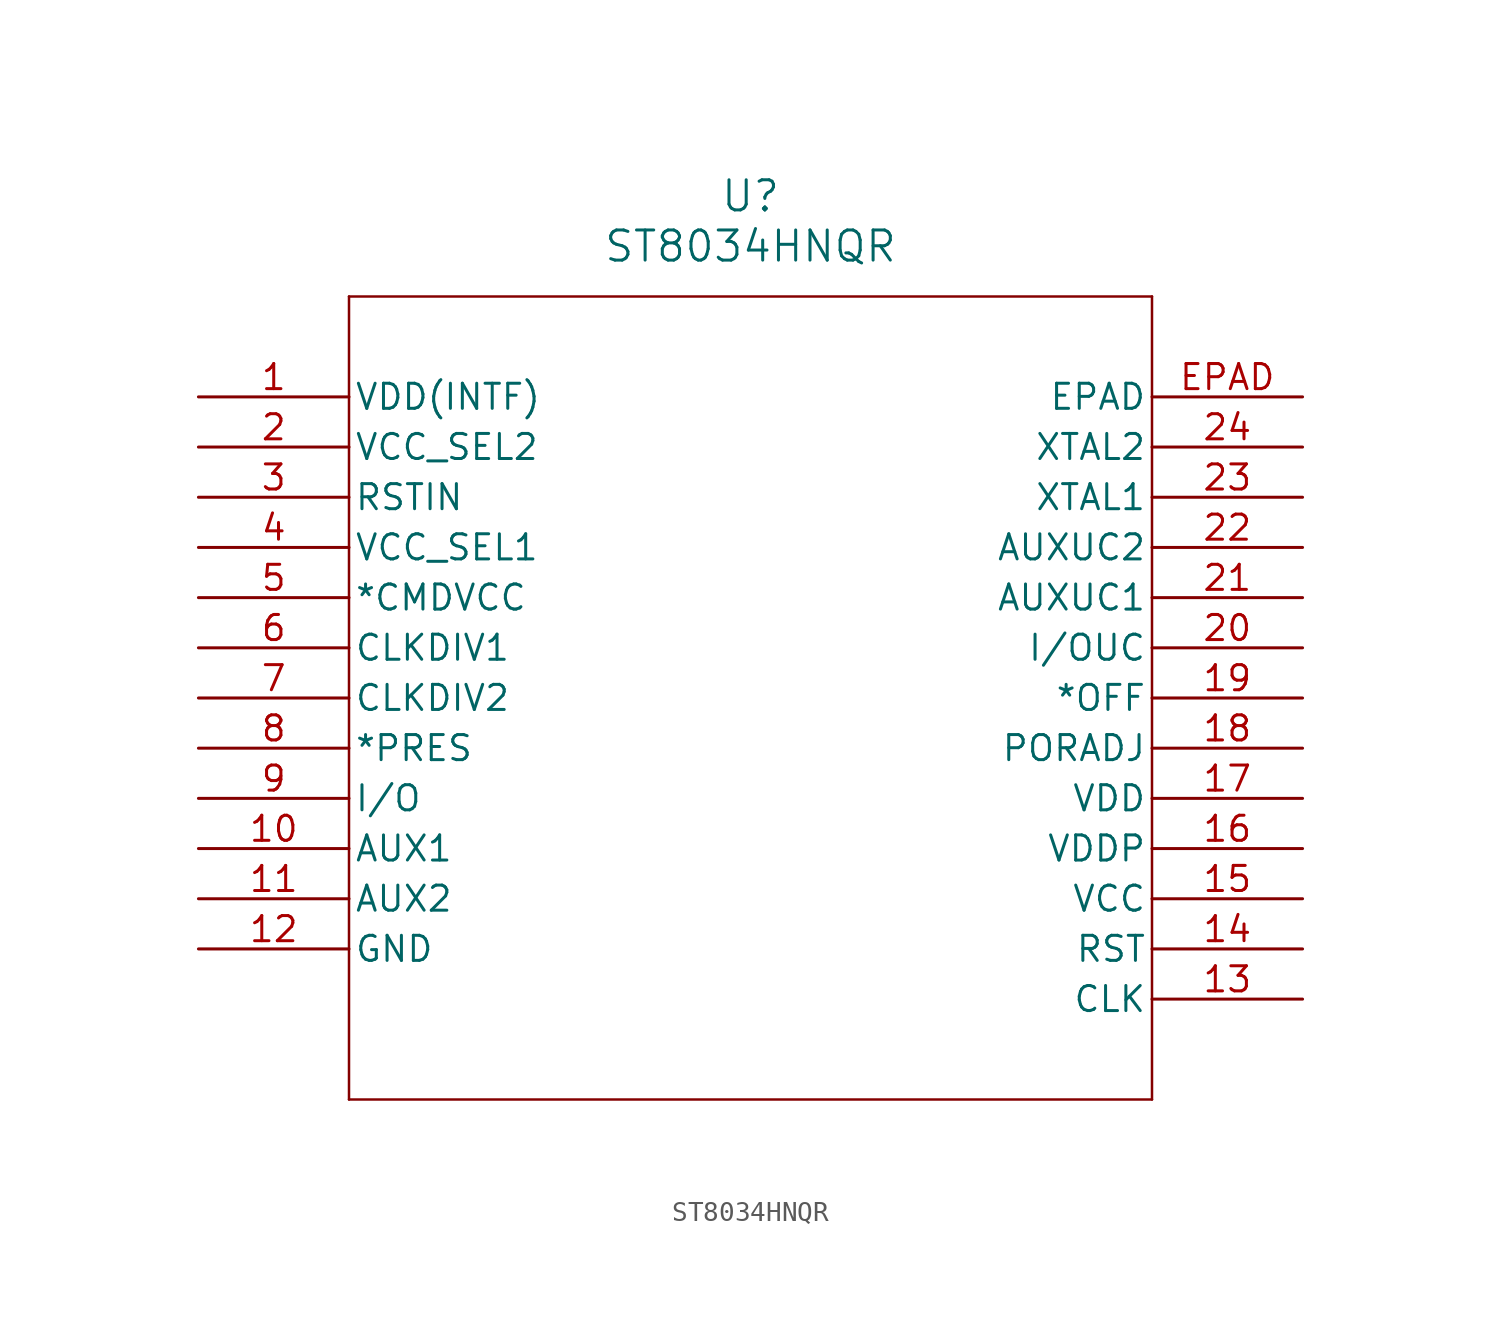
<source format=kicad_sym>
(kicad_symbol_lib
  (version 20211014)
  (generator kicad_symbol_editor)
  (symbol "ST8034HNQR"
    (pin_names
      (offset 0.254))
    (property "Reference" "U"
      (at 27.94 10.16 0)
      (effects (font (size 1.524 1.524))))
    (property "Value" "ST8034HNQR"
      (at 27.94 7.62 0)
      (effects (font (size 1.524 1.524))))
    (symbol "ST8034HNQR_0_1"
      (polyline (pts (xy 7.62 5.08) (xy 7.62 -35.56)) (stroke (width 0.127) (type default) (color 0 0 0 0)) (fill (type none)))
      (polyline (pts (xy 7.62 -35.56) (xy 48.26 -35.56)) (stroke (width 0.127) (type default) (color 0 0 0 0)) (fill (type none)))
      (polyline (pts (xy 48.26 -35.56) (xy 48.26 5.08)) (stroke (width 0.127) (type default) (color 0 0 0 0)) (fill (type none)))
      (polyline (pts (xy 48.26 5.08) (xy 7.62 5.08)) (stroke (width 0.127) (type default) (color 0 0 0 0)) (fill (type none)))
      (pin power_in line (at 0 0 0) (length 7.62) (name "VDD(INTF)" (effects (font (size 1.27 1.27)))) (number "1" (effects (font (size 1.27 1.27)))))
      (pin power_in line (at 0 -2.54 0) (length 7.62) (name "VCC_SEL2" (effects (font (size 1.27 1.27)))) (number "2" (effects (font (size 1.27 1.27)))))
      (pin input line (at 0 -5.08 0) (length 7.62) (name "RSTIN" (effects (font (size 1.27 1.27)))) (number "3" (effects (font (size 1.27 1.27)))))
      (pin power_in line (at 0 -7.62 0) (length 7.62) (name "VCC_SEL1" (effects (font (size 1.27 1.27)))) (number "4" (effects (font (size 1.27 1.27)))))
      (pin input line (at 0 -10.16 0) (length 7.62) (name "*CMDVCC" (effects (font (size 1.27 1.27)))) (number "5" (effects (font (size 1.27 1.27)))))
      (pin bidirectional line (at 0 -12.7 0) (length 7.62) (name "CLKDIV1" (effects (font (size 1.27 1.27)))) (number "6" (effects (font (size 1.27 1.27)))))
      (pin bidirectional line (at 0 -15.24 0) (length 7.62) (name "CLKDIV2" (effects (font (size 1.27 1.27)))) (number "7" (effects (font (size 1.27 1.27)))))
      (pin input line (at 0 -17.78 0) (length 7.62) (name "*PRES" (effects (font (size 1.27 1.27)))) (number "8" (effects (font (size 1.27 1.27)))))
      (pin bidirectional line (at 0 -20.32 0) (length 7.62) (name "I/O" (effects (font (size 1.27 1.27)))) (number "9" (effects (font (size 1.27 1.27)))))
      (pin bidirectional line (at 0 -22.86 0) (length 7.62) (name "AUX1" (effects (font (size 1.27 1.27)))) (number "10" (effects (font (size 1.27 1.27)))))
      (pin bidirectional line (at 0 -25.4 0) (length 7.62) (name "AUX2" (effects (font (size 1.27 1.27)))) (number "11" (effects (font (size 1.27 1.27)))))
      (pin power_out line (at 0 -27.94 0) (length 7.62) (name "GND" (effects (font (size 1.27 1.27)))) (number "12" (effects (font (size 1.27 1.27)))))
      (pin unspecified line (at 55.88 -30.48 180) (length 7.62) (name "CLK" (effects (font (size 1.27 1.27)))) (number "13" (effects (font (size 1.27 1.27)))))
      (pin output line (at 55.88 -27.94 180) (length 7.62) (name "RST" (effects (font (size 1.27 1.27)))) (number "14" (effects (font (size 1.27 1.27)))))
      (pin power_in line (at 55.88 -25.4 180) (length 7.62) (name "VCC" (effects (font (size 1.27 1.27)))) (number "15" (effects (font (size 1.27 1.27)))))
      (pin power_in line (at 55.88 -22.86 180) (length 7.62) (name "VDDP" (effects (font (size 1.27 1.27)))) (number "16" (effects (font (size 1.27 1.27)))))
      (pin power_in line (at 55.88 -20.32 180) (length 7.62) (name "VDD" (effects (font (size 1.27 1.27)))) (number "17" (effects (font (size 1.27 1.27)))))
      (pin input line (at 55.88 -17.78 180) (length 7.62) (name "PORADJ" (effects (font (size 1.27 1.27)))) (number "18" (effects (font (size 1.27 1.27)))))
      (pin unspecified line (at 55.88 -15.24 180) (length 7.62) (name "*OFF" (effects (font (size 1.27 1.27)))) (number "19" (effects (font (size 1.27 1.27)))))
      (pin bidirectional line (at 55.88 -12.7 180) (length 7.62) (name "I/OUC" (effects (font (size 1.27 1.27)))) (number "20" (effects (font (size 1.27 1.27)))))
      (pin bidirectional line (at 55.88 -10.16 180) (length 7.62) (name "AUXUC1" (effects (font (size 1.27 1.27)))) (number "21" (effects (font (size 1.27 1.27)))))
      (pin bidirectional line (at 55.88 -7.62 180) (length 7.62) (name "AUXUC2" (effects (font (size 1.27 1.27)))) (number "22" (effects (font (size 1.27 1.27)))))
      (pin input line (at 55.88 -5.08 180) (length 7.62) (name "XTAL1" (effects (font (size 1.27 1.27)))) (number "23" (effects (font (size 1.27 1.27)))))
      (pin unspecified line (at 55.88 -2.54 180) (length 7.62) (name "XTAL2" (effects (font (size 1.27 1.27)))) (number "24" (effects (font (size 1.27 1.27)))))
      (pin power_out line (at 55.88 0 180) (length 7.62) (name "EPAD" (effects (font (size 1.27 1.27)))) (number "EPAD" (effects (font (size 1.27 1.27))))))))
</source>
